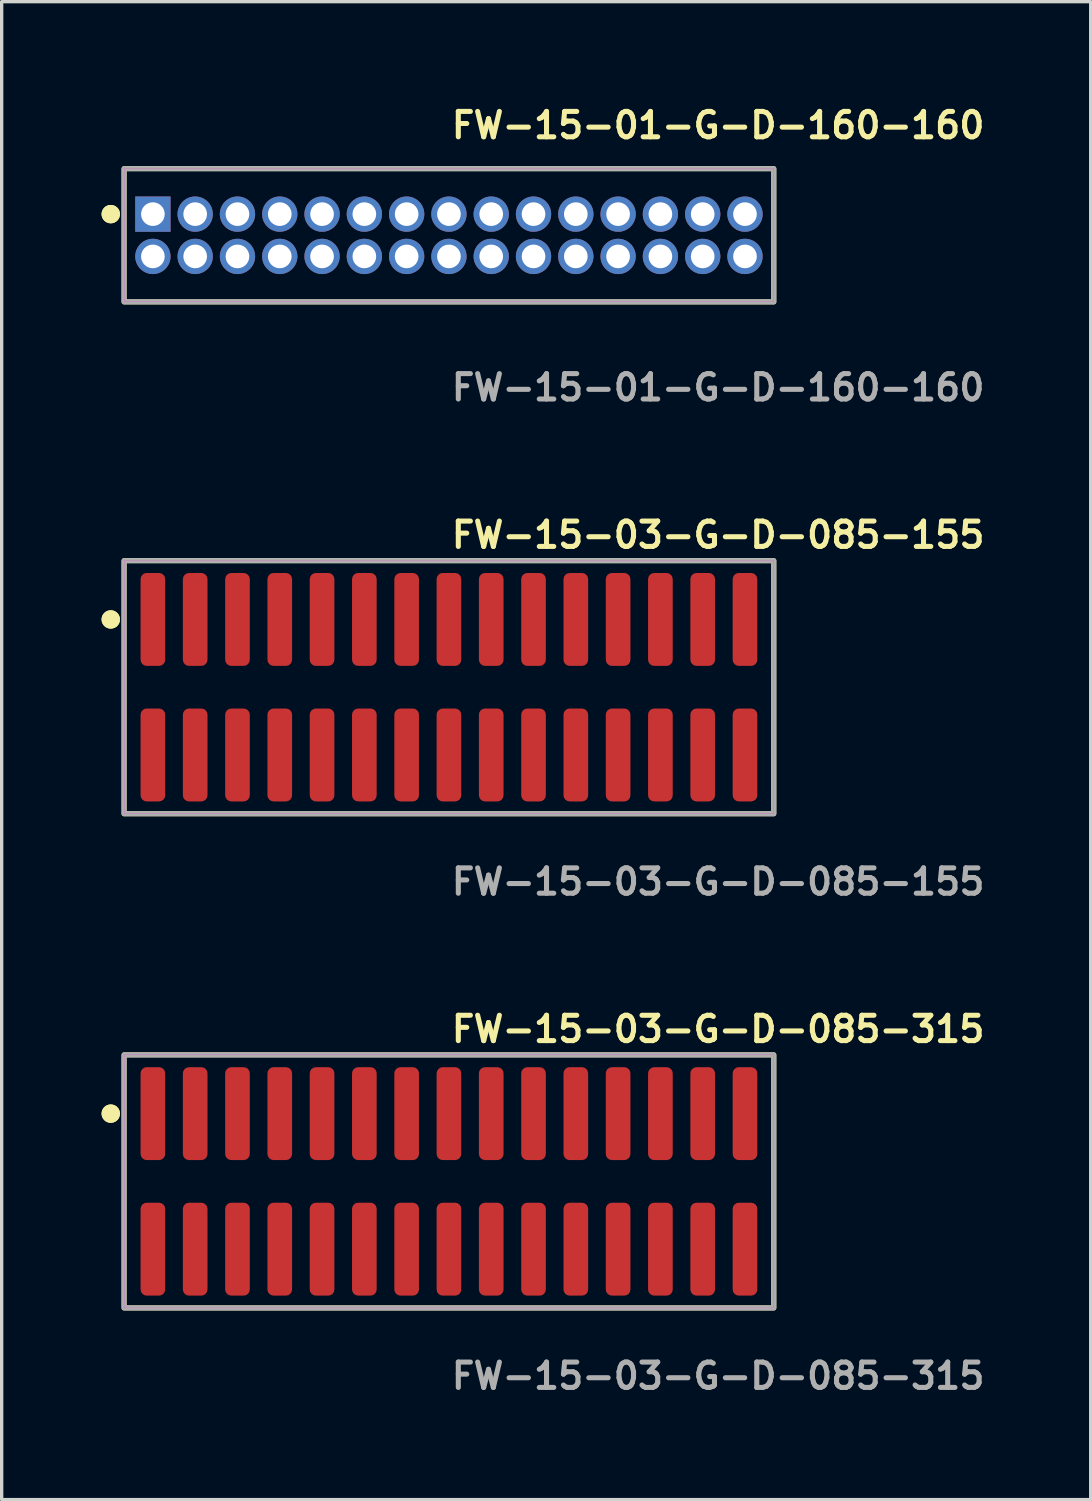
<source format=kicad_pcb>
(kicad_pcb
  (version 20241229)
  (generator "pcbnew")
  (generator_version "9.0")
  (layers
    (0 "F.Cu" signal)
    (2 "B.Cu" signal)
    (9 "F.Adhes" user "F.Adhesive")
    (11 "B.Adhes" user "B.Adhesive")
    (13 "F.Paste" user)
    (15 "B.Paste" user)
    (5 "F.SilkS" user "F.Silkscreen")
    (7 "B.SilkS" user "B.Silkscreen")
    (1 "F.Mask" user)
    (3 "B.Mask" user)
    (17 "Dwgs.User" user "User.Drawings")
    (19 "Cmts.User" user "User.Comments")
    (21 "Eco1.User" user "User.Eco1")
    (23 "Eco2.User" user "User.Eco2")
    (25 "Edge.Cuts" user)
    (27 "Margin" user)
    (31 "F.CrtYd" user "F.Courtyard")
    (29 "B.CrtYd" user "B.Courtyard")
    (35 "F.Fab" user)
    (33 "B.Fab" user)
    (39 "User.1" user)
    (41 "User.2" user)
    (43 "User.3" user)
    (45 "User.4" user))
  (footprint "FW-15-01-G-D-160-160"
    (layer "F.Cu")
    (at 10.431 4.015)
    (property "Reference" "FW-15-01-G-D-160-160" (at 0 -3.302 0) (unlocked yes) (layer "F.SilkS") (effects (font (size 0.762 0.762) (thickness 0.152)) (justify left)))
    (fp_rect (start -9.755 2) (end 9.755 -2) (stroke (width 0.152) (type solid)) (fill no) (layer "F.SilkS"))
    (fp_circle (center -10.155 -0.635) (end -10.355 -0.635) (stroke (width 0.152) (type solid)) (fill yes) (layer "F.SilkS"))
    (fp_circle (center -10.155 -0.635) (end -10.355 -0.635) (stroke (width 0.152) (type solid)) (fill yes) (layer "F.SilkS"))
    (fp_rect (start -9.755 2) (end 9.755 -2) (stroke (width 0.006) (type solid)) (fill no) (layer "F.CrtYd"))
    (fp_rect (start -9.755 2) (end 9.755 -2) (stroke (width 0.152) (type solid)) (fill no) (layer "F.Fab"))
    (fp_text user "${REFERENCE}" (at 0 4.572 0) (unlocked yes) (layer "F.Fab") (effects (font (size 0.762 0.762) (thickness 0.152)) (justify left)))
    (pad "1" thru_hole rect (at -8.89 -0.635) (size 1.06 1.06) (drill 0.71) (layers "*.Cu" "*.Mask"))
    (pad "2" thru_hole circle (at -8.89 0.635) (size 1.06 1.06) (drill 0.71) (layers "*.Cu" "*.Mask"))
    (pad "3" thru_hole circle (at -7.62 -0.635) (size 1.06 1.06) (drill 0.71) (layers "*.Cu" "*.Mask"))
    (pad "4" thru_hole circle (at -7.62 0.635) (size 1.06 1.06) (drill 0.71) (layers "*.Cu" "*.Mask"))
    (pad "5" thru_hole circle (at -6.35 -0.635) (size 1.06 1.06) (drill 0.71) (layers "*.Cu" "*.Mask"))
    (pad "6" thru_hole circle (at -6.35 0.635) (size 1.06 1.06) (drill 0.71) (layers "*.Cu" "*.Mask"))
    (pad "7" thru_hole circle (at -5.08 -0.635) (size 1.06 1.06) (drill 0.71) (layers "*.Cu" "*.Mask"))
    (pad "8" thru_hole circle (at -5.08 0.635) (size 1.06 1.06) (drill 0.71) (layers "*.Cu" "*.Mask"))
    (pad "9" thru_hole circle (at -3.81 -0.635) (size 1.06 1.06) (drill 0.71) (layers "*.Cu" "*.Mask"))
    (pad "10" thru_hole circle (at -3.81 0.635) (size 1.06 1.06) (drill 0.71) (layers "*.Cu" "*.Mask"))
    (pad "11" thru_hole circle (at -2.54 -0.635) (size 1.06 1.06) (drill 0.71) (layers "*.Cu" "*.Mask"))
    (pad "12" thru_hole circle (at -2.54 0.635) (size 1.06 1.06) (drill 0.71) (layers "*.Cu" "*.Mask"))
    (pad "13" thru_hole circle (at -1.27 -0.635) (size 1.06 1.06) (drill 0.71) (layers "*.Cu" "*.Mask"))
    (pad "14" thru_hole circle (at -1.27 0.635) (size 1.06 1.06) (drill 0.71) (layers "*.Cu" "*.Mask"))
    (pad "15" thru_hole circle (at 0 -0.635) (size 1.06 1.06) (drill 0.71) (layers "*.Cu" "*.Mask"))
    (pad "16" thru_hole circle (at 0 0.635) (size 1.06 1.06) (drill 0.71) (layers "*.Cu" "*.Mask"))
    (pad "17" thru_hole circle (at 1.27 -0.635) (size 1.06 1.06) (drill 0.71) (layers "*.Cu" "*.Mask"))
    (pad "18" thru_hole circle (at 1.27 0.635) (size 1.06 1.06) (drill 0.71) (layers "*.Cu" "*.Mask"))
    (pad "19" thru_hole circle (at 2.54 -0.635) (size 1.06 1.06) (drill 0.71) (layers "*.Cu" "*.Mask"))
    (pad "20" thru_hole circle (at 2.54 0.635) (size 1.06 1.06) (drill 0.71) (layers "*.Cu" "*.Mask"))
    (pad "21" thru_hole circle (at 3.81 -0.635) (size 1.06 1.06) (drill 0.71) (layers "*.Cu" "*.Mask"))
    (pad "22" thru_hole circle (at 3.81 0.635) (size 1.06 1.06) (drill 0.71) (layers "*.Cu" "*.Mask"))
    (pad "23" thru_hole circle (at 5.08 -0.635) (size 1.06 1.06) (drill 0.71) (layers "*.Cu" "*.Mask"))
    (pad "24" thru_hole circle (at 5.08 0.635) (size 1.06 1.06) (drill 0.71) (layers "*.Cu" "*.Mask"))
    (pad "25" thru_hole circle (at 6.35 -0.635) (size 1.06 1.06) (drill 0.71) (layers "*.Cu" "*.Mask"))
    (pad "26" thru_hole circle (at 6.35 0.635) (size 1.06 1.06) (drill 0.71) (layers "*.Cu" "*.Mask"))
    (pad "27" thru_hole circle (at 7.62 -0.635) (size 1.06 1.06) (drill 0.71) (layers "*.Cu" "*.Mask"))
    (pad "28" thru_hole circle (at 7.62 0.635) (size 1.06 1.06) (drill 0.71) (layers "*.Cu" "*.Mask"))
    (pad "29" thru_hole circle (at 8.89 -0.635) (size 1.06 1.06) (drill 0.71) (layers "*.Cu" "*.Mask"))
    (pad "30" thru_hole circle (at 8.89 0.635) (size 1.06 1.06) (drill 0.71) (layers "*.Cu" "*.Mask")))
  (footprint "FW-15-03-G-D-085-315"
    (layer "F.Cu")
    (at 10.431 32.426)
    (property "Reference" "FW-15-03-G-D-085-315" (at 0 -4.572 0) (unlocked yes) (layer "F.SilkS") (effects (font (size 0.762 0.762) (thickness 0.152)) (justify left)))
    (fp_rect (start -9.755 3.8) (end 9.755 -3.8) (stroke (width 0.152) (type solid)) (fill no) (layer "F.SilkS"))
    (fp_circle (center -10.155 -2.035) (end -10.355 -2.035) (stroke (width 0.152) (type solid)) (fill yes) (layer "F.SilkS"))
    (fp_circle (center -10.155 -2.035) (end -10.355 -2.035) (stroke (width 0.152) (type solid)) (fill yes) (layer "F.SilkS"))
    (fp_rect (start -9.755 3.8) (end 9.755 -3.8) (stroke (width 0.006) (type solid)) (fill no) (layer "F.CrtYd"))
    (fp_rect (start -9.755 3.8) (end 9.755 -3.8) (stroke (width 0.152) (type solid)) (fill no) (layer "F.Fab"))
    (fp_text user "${REFERENCE}" (at 0 5.842 0) (unlocked yes) (layer "F.Fab") (effects (font (size 0.762 0.762) (thickness 0.152)) (justify left)))
    (pad "1" smd roundrect (at -8.89 -2.035) (size 0.74 2.79) (layers "F.Cu" "F.Paste") (roundrect_rratio 0.25))
    (pad "2" smd roundrect (at -8.89 2.035) (size 0.74 2.79) (layers "F.Cu" "F.Paste") (roundrect_rratio 0.25))
    (pad "3" smd roundrect (at -7.62 -2.035) (size 0.74 2.79) (layers "F.Cu" "F.Paste") (roundrect_rratio 0.25))
    (pad "4" smd roundrect (at -7.62 2.035) (size 0.74 2.79) (layers "F.Cu" "F.Paste") (roundrect_rratio 0.25))
    (pad "5" smd roundrect (at -6.35 -2.035) (size 0.74 2.79) (layers "F.Cu" "F.Paste") (roundrect_rratio 0.25))
    (pad "6" smd roundrect (at -6.35 2.035) (size 0.74 2.79) (layers "F.Cu" "F.Paste") (roundrect_rratio 0.25))
    (pad "7" smd roundrect (at -5.08 -2.035) (size 0.74 2.79) (layers "F.Cu" "F.Paste") (roundrect_rratio 0.25))
    (pad "8" smd roundrect (at -5.08 2.035) (size 0.74 2.79) (layers "F.Cu" "F.Paste") (roundrect_rratio 0.25))
    (pad "9" smd roundrect (at -3.81 -2.035) (size 0.74 2.79) (layers "F.Cu" "F.Paste") (roundrect_rratio 0.25))
    (pad "10" smd roundrect (at -3.81 2.035) (size 0.74 2.79) (layers "F.Cu" "F.Paste") (roundrect_rratio 0.25))
    (pad "11" smd roundrect (at -2.54 -2.035) (size 0.74 2.79) (layers "F.Cu" "F.Paste") (roundrect_rratio 0.25))
    (pad "12" smd roundrect (at -2.54 2.035) (size 0.74 2.79) (layers "F.Cu" "F.Paste") (roundrect_rratio 0.25))
    (pad "13" smd roundrect (at -1.27 -2.035) (size 0.74 2.79) (layers "F.Cu" "F.Paste") (roundrect_rratio 0.25))
    (pad "14" smd roundrect (at -1.27 2.035) (size 0.74 2.79) (layers "F.Cu" "F.Paste") (roundrect_rratio 0.25))
    (pad "15" smd roundrect (at 0 -2.035) (size 0.74 2.79) (layers "F.Cu" "F.Paste") (roundrect_rratio 0.25))
    (pad "16" smd roundrect (at 0 2.035) (size 0.74 2.79) (layers "F.Cu" "F.Paste") (roundrect_rratio 0.25))
    (pad "17" smd roundrect (at 1.27 -2.035) (size 0.74 2.79) (layers "F.Cu" "F.Paste") (roundrect_rratio 0.25))
    (pad "18" smd roundrect (at 1.27 2.035) (size 0.74 2.79) (layers "F.Cu" "F.Paste") (roundrect_rratio 0.25))
    (pad "19" smd roundrect (at 2.54 -2.035) (size 0.74 2.79) (layers "F.Cu" "F.Paste") (roundrect_rratio 0.25))
    (pad "20" smd roundrect (at 2.54 2.035) (size 0.74 2.79) (layers "F.Cu" "F.Paste") (roundrect_rratio 0.25))
    (pad "21" smd roundrect (at 3.81 -2.035) (size 0.74 2.79) (layers "F.Cu" "F.Paste") (roundrect_rratio 0.25))
    (pad "22" smd roundrect (at 3.81 2.035) (size 0.74 2.79) (layers "F.Cu" "F.Paste") (roundrect_rratio 0.25))
    (pad "23" smd roundrect (at 5.08 -2.035) (size 0.74 2.79) (layers "F.Cu" "F.Paste") (roundrect_rratio 0.25))
    (pad "24" smd roundrect (at 5.08 2.035) (size 0.74 2.79) (layers "F.Cu" "F.Paste") (roundrect_rratio 0.25))
    (pad "25" smd roundrect (at 6.35 -2.035) (size 0.74 2.79) (layers "F.Cu" "F.Paste") (roundrect_rratio 0.25))
    (pad "26" smd roundrect (at 6.35 2.035) (size 0.74 2.79) (layers "F.Cu" "F.Paste") (roundrect_rratio 0.25))
    (pad "27" smd roundrect (at 7.62 -2.035) (size 0.74 2.79) (layers "F.Cu" "F.Paste") (roundrect_rratio 0.25))
    (pad "28" smd roundrect (at 7.62 2.035) (size 0.74 2.79) (layers "F.Cu" "F.Paste") (roundrect_rratio 0.25))
    (pad "29" smd roundrect (at 8.89 -2.035) (size 0.74 2.79) (layers "F.Cu" "F.Paste") (roundrect_rratio 0.25))
    (pad "30" smd roundrect (at 8.89 2.035) (size 0.74 2.79) (layers "F.Cu" "F.Paste") (roundrect_rratio 0.25)))
  (footprint "FW-15-03-G-D-085-155"
    (layer "F.Cu")
    (at 10.431 17.586)
    (property "Reference" "FW-15-03-G-D-085-155" (at 0 -4.572 0) (unlocked yes) (layer "F.SilkS") (effects (font (size 0.762 0.762) (thickness 0.152)) (justify left)))
    (fp_rect (start -9.755 3.8) (end 9.755 -3.8) (stroke (width 0.152) (type solid)) (fill no) (layer "F.SilkS"))
    (fp_circle (center -10.155 -2.035) (end -10.355 -2.035) (stroke (width 0.152) (type solid)) (fill yes) (layer "F.SilkS"))
    (fp_circle (center -10.155 -2.035) (end -10.355 -2.035) (stroke (width 0.152) (type solid)) (fill yes) (layer "F.SilkS"))
    (fp_rect (start -9.755 3.8) (end 9.755 -3.8) (stroke (width 0.006) (type solid)) (fill no) (layer "F.CrtYd"))
    (fp_rect (start -9.755 3.8) (end 9.755 -3.8) (stroke (width 0.152) (type solid)) (fill no) (layer "F.Fab"))
    (fp_text user "${REFERENCE}" (at 0 5.842 0) (unlocked yes) (layer "F.Fab") (effects (font (size 0.762 0.762) (thickness 0.152)) (justify left)))
    (pad "1" smd roundrect (at -8.89 -2.035) (size 0.74 2.79) (layers "F.Cu" "F.Paste") (roundrect_rratio 0.25))
    (pad "2" smd roundrect (at -8.89 2.035) (size 0.74 2.79) (layers "F.Cu" "F.Paste") (roundrect_rratio 0.25))
    (pad "3" smd roundrect (at -7.62 -2.035) (size 0.74 2.79) (layers "F.Cu" "F.Paste") (roundrect_rratio 0.25))
    (pad "4" smd roundrect (at -7.62 2.035) (size 0.74 2.79) (layers "F.Cu" "F.Paste") (roundrect_rratio 0.25))
    (pad "5" smd roundrect (at -6.35 -2.035) (size 0.74 2.79) (layers "F.Cu" "F.Paste") (roundrect_rratio 0.25))
    (pad "6" smd roundrect (at -6.35 2.035) (size 0.74 2.79) (layers "F.Cu" "F.Paste") (roundrect_rratio 0.25))
    (pad "7" smd roundrect (at -5.08 -2.035) (size 0.74 2.79) (layers "F.Cu" "F.Paste") (roundrect_rratio 0.25))
    (pad "8" smd roundrect (at -5.08 2.035) (size 0.74 2.79) (layers "F.Cu" "F.Paste") (roundrect_rratio 0.25))
    (pad "9" smd roundrect (at -3.81 -2.035) (size 0.74 2.79) (layers "F.Cu" "F.Paste") (roundrect_rratio 0.25))
    (pad "10" smd roundrect (at -3.81 2.035) (size 0.74 2.79) (layers "F.Cu" "F.Paste") (roundrect_rratio 0.25))
    (pad "11" smd roundrect (at -2.54 -2.035) (size 0.74 2.79) (layers "F.Cu" "F.Paste") (roundrect_rratio 0.25))
    (pad "12" smd roundrect (at -2.54 2.035) (size 0.74 2.79) (layers "F.Cu" "F.Paste") (roundrect_rratio 0.25))
    (pad "13" smd roundrect (at -1.27 -2.035) (size 0.74 2.79) (layers "F.Cu" "F.Paste") (roundrect_rratio 0.25))
    (pad "14" smd roundrect (at -1.27 2.035) (size 0.74 2.79) (layers "F.Cu" "F.Paste") (roundrect_rratio 0.25))
    (pad "15" smd roundrect (at 0 -2.035) (size 0.74 2.79) (layers "F.Cu" "F.Paste") (roundrect_rratio 0.25))
    (pad "16" smd roundrect (at 0 2.035) (size 0.74 2.79) (layers "F.Cu" "F.Paste") (roundrect_rratio 0.25))
    (pad "17" smd roundrect (at 1.27 -2.035) (size 0.74 2.79) (layers "F.Cu" "F.Paste") (roundrect_rratio 0.25))
    (pad "18" smd roundrect (at 1.27 2.035) (size 0.74 2.79) (layers "F.Cu" "F.Paste") (roundrect_rratio 0.25))
    (pad "19" smd roundrect (at 2.54 -2.035) (size 0.74 2.79) (layers "F.Cu" "F.Paste") (roundrect_rratio 0.25))
    (pad "20" smd roundrect (at 2.54 2.035) (size 0.74 2.79) (layers "F.Cu" "F.Paste") (roundrect_rratio 0.25))
    (pad "21" smd roundrect (at 3.81 -2.035) (size 0.74 2.79) (layers "F.Cu" "F.Paste") (roundrect_rratio 0.25))
    (pad "22" smd roundrect (at 3.81 2.035) (size 0.74 2.79) (layers "F.Cu" "F.Paste") (roundrect_rratio 0.25))
    (pad "23" smd roundrect (at 5.08 -2.035) (size 0.74 2.79) (layers "F.Cu" "F.Paste") (roundrect_rratio 0.25))
    (pad "24" smd roundrect (at 5.08 2.035) (size 0.74 2.79) (layers "F.Cu" "F.Paste") (roundrect_rratio 0.25))
    (pad "25" smd roundrect (at 6.35 -2.035) (size 0.74 2.79) (layers "F.Cu" "F.Paste") (roundrect_rratio 0.25))
    (pad "26" smd roundrect (at 6.35 2.035) (size 0.74 2.79) (layers "F.Cu" "F.Paste") (roundrect_rratio 0.25))
    (pad "27" smd roundrect (at 7.62 -2.035) (size 0.74 2.79) (layers "F.Cu" "F.Paste") (roundrect_rratio 0.25))
    (pad "28" smd roundrect (at 7.62 2.035) (size 0.74 2.79) (layers "F.Cu" "F.Paste") (roundrect_rratio 0.25))
    (pad "29" smd roundrect (at 8.89 -2.035) (size 0.74 2.79) (layers "F.Cu" "F.Paste") (roundrect_rratio 0.25))
    (pad "30" smd roundrect (at 8.89 2.035) (size 0.74 2.79) (layers "F.Cu" "F.Paste") (roundrect_rratio 0.25)))
  (gr_rect
    (start -3 -3)
    (end 29.702 41.981)
    (stroke (width 0.1) (type default))
    (fill no)
    (layer "Edge.Cuts")))
</source>
